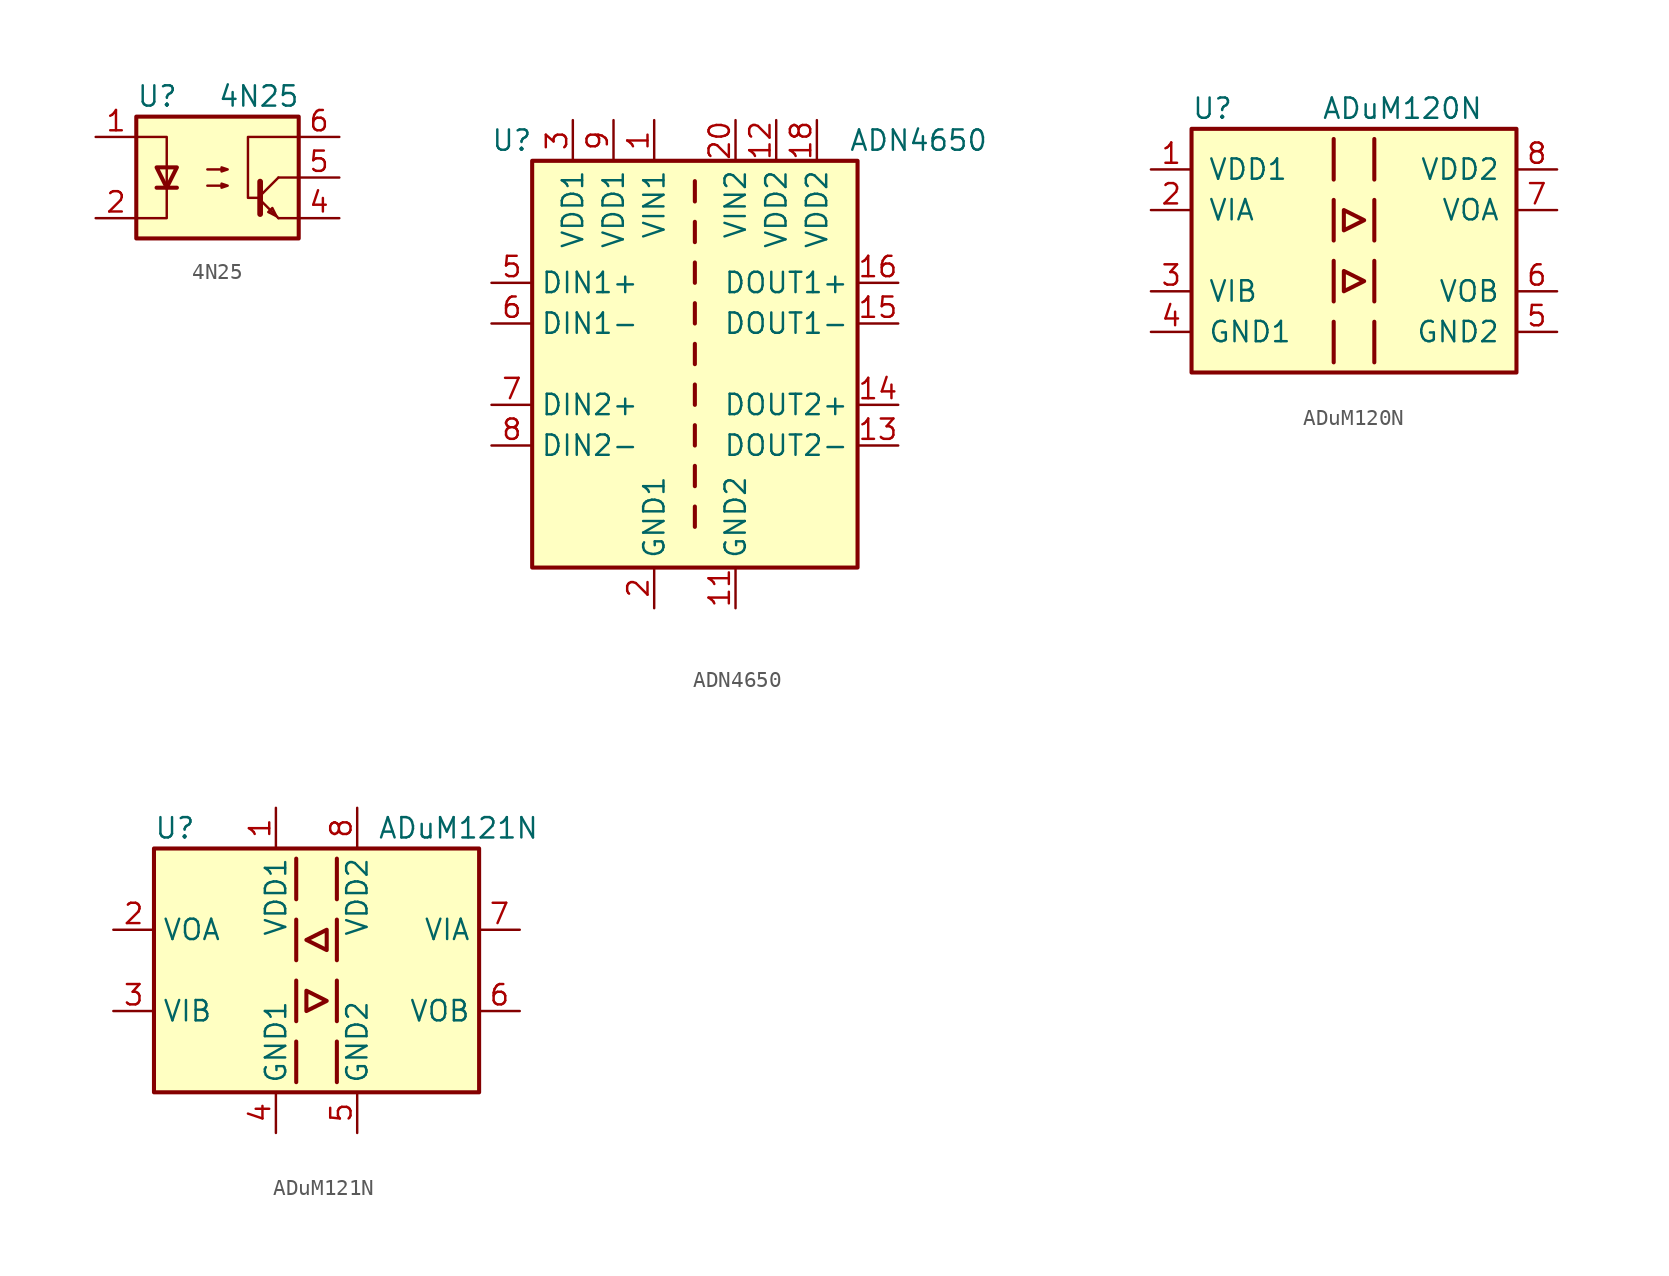
<source format=kicad_sym>
(kicad_symbol_lib
  (version 20220914)
  (generator kicad_symbol_editor)
  (symbol "4N25"
    (pin_names
      (offset 1.016))
    (property "Reference" "U"
      (at -5.08 5.08 0)
      (effects (font (size 1.27 1.27)) (justify left)))
    (property "Value" "4N25"
      (at 0 5.08 0)
      (effects (font (size 1.27 1.27)) (justify left)))
    (symbol "4N25_0_1"
      (rectangle (start -5.08 3.81) (end 5.08 -3.81) (stroke (width 0.254) (type default)) (fill (type background)))
      (polyline (pts (xy -3.81 -0.635) (xy -2.54 -0.635)) (stroke (width 0.254) (type default)) (fill (type none)))
      (polyline (pts (xy 2.667 -1.397) (xy 3.81 -2.54)) (stroke (width 0) (type default)) (fill (type none)))
      (polyline (pts (xy 2.667 -1.143) (xy 3.81 0)) (stroke (width 0) (type default)) (fill (type none)))
      (polyline (pts (xy 3.81 -2.54) (xy 5.08 -2.54)) (stroke (width 0) (type default)) (fill (type none)))
      (polyline (pts (xy 3.81 0) (xy 5.08 0)) (stroke (width 0) (type default)) (fill (type none)))
      (polyline (pts (xy 2.667 -0.254) (xy 2.667 -2.286) (xy 2.667 -2.286)) (stroke (width 0.356) (type default)) (fill (type none)))
      (polyline (pts (xy -5.08 -2.54) (xy -3.175 -2.54) (xy -3.175 2.54) (xy -5.08 2.54)) (stroke (width 0) (type default)) (fill (type none)))
      (polyline (pts (xy -3.175 -0.635) (xy -3.81 0.635) (xy -2.54 0.635) (xy -3.175 -0.635)) (stroke (width 0.254) (type default)) (fill (type none)))
      (polyline (pts (xy 3.683 -2.413) (xy 3.429 -1.905) (xy 3.175 -2.159) (xy 3.683 -2.413)) (stroke (width 0) (type default)) (fill (type none)))
      (polyline (pts (xy 5.08 2.54) (xy 1.905 2.54) (xy 1.905 -1.27) (xy 2.54 -1.27)) (stroke (width 0) (type default)) (fill (type none)))
      (polyline (pts (xy -0.635 -0.508) (xy 0.635 -0.508) (xy 0.254 -0.635) (xy 0.254 -0.381) (xy 0.635 -0.508)) (stroke (width 0) (type default)) (fill (type none)))
      (polyline (pts (xy -0.635 0.508) (xy 0.635 0.508) (xy 0.254 0.381) (xy 0.254 0.635) (xy 0.635 0.508)) (stroke (width 0) (type default)) (fill (type none))))
    (symbol "4N25_1_1"
      (pin passive line (at -7.62 2.54 0) (length 2.54) (name "~" (effects (font (size 1.27 1.27)))) (number "1" (effects (font (size 1.27 1.27)))))
      (pin passive line (at -7.62 -2.54 0) (length 2.54) (name "~" (effects (font (size 1.27 1.27)))) (number "2" (effects (font (size 1.27 1.27)))))
      (pin no_connect line (at -5.08 0 0) (length 2.54) hide (name "NC" (effects (font (size 1.27 1.27)))) (number "3" (effects (font (size 1.27 1.27)))))
      (pin passive line (at 7.62 -2.54 180) (length 2.54) (name "~" (effects (font (size 1.27 1.27)))) (number "4" (effects (font (size 1.27 1.27)))))
      (pin passive line (at 7.62 0 180) (length 2.54) (name "~" (effects (font (size 1.27 1.27)))) (number "5" (effects (font (size 1.27 1.27)))))
      (pin passive line (at 7.62 2.54 180) (length 2.54) (name "~" (effects (font (size 1.27 1.27)))) (number "6" (effects (font (size 1.27 1.27)))))))
  (symbol "ADN4650"
    (property "Reference" "U"
      (at -11.43 13.97 0)
      (effects (font (size 1.27 1.27))))
    (property "Value" "ADN4650"
      (at 13.97 13.97 0)
      (effects (font (size 1.27 1.27))))
    (symbol "ADN4650_0_0"
      (pin power_in line (at 5.08 15.24 270) (length 2.54) (name "VDD2" (effects (font (size 1.27 1.27)))) (number "12" (effects (font (size 1.27 1.27)))))
      (pin power_in line (at -5.08 15.24 270) (length 2.54) (name "VDD1" (effects (font (size 1.27 1.27)))) (number "9" (effects (font (size 1.27 1.27))))))
    (symbol "ADN4650_0_1"
      (rectangle (start -10.16 12.7) (end 10.16 -12.7) (stroke (width 0.254) (type default)) (fill (type background)))
      (polyline (pts (xy 0 -8.89) (xy 0 -10.16)) (stroke (width 0.254) (type default)) (fill (type none)))
      (polyline (pts (xy 0 -6.35) (xy 0 -7.62)) (stroke (width 0.254) (type default)) (fill (type none)))
      (polyline (pts (xy 0 -3.81) (xy 0 -5.08)) (stroke (width 0.254) (type default)) (fill (type none)))
      (polyline (pts (xy 0 -1.27) (xy 0 -2.54)) (stroke (width 0.254) (type default)) (fill (type none)))
      (polyline (pts (xy 0 1.27) (xy 0 0)) (stroke (width 0.254) (type default)) (fill (type none)))
      (polyline (pts (xy 0 3.81) (xy 0 2.54)) (stroke (width 0.254) (type default)) (fill (type none)))
      (polyline (pts (xy 0 6.35) (xy 0 5.08)) (stroke (width 0.254) (type default)) (fill (type none)))
      (polyline (pts (xy 0 8.89) (xy 0 7.62)) (stroke (width 0.254) (type default)) (fill (type none)))
      (polyline (pts (xy 0 11.43) (xy 0 10.16)) (stroke (width 0.254) (type default)) (fill (type none))))
    (symbol "ADN4650_1_1"
      (pin power_in line (at -2.54 15.24 270) (length 2.54) (name "VIN1" (effects (font (size 1.27 1.27)))) (number "1" (effects (font (size 1.27 1.27)))))
      (pin passive line (at -2.54 -15.24 90) (length 2.54) hide (name "GND1" (effects (font (size 1.27 1.27)))) (number "10" (effects (font (size 1.27 1.27)))))
      (pin power_in line (at 2.54 -15.24 90) (length 2.54) (name "GND2" (effects (font (size 1.27 1.27)))) (number "11" (effects (font (size 1.27 1.27)))))
      (pin output line (at 12.7 -5.08 180) (length 2.54) (name "DOUT2-" (effects (font (size 1.27 1.27)))) (number "13" (effects (font (size 1.27 1.27)))))
      (pin output line (at 12.7 -2.54 180) (length 2.54) (name "DOUT2+" (effects (font (size 1.27 1.27)))) (number "14" (effects (font (size 1.27 1.27)))))
      (pin output line (at 12.7 2.54 180) (length 2.54) (name "DOUT1-" (effects (font (size 1.27 1.27)))) (number "15" (effects (font (size 1.27 1.27)))))
      (pin output line (at 12.7 5.08 180) (length 2.54) (name "DOUT1+" (effects (font (size 1.27 1.27)))) (number "16" (effects (font (size 1.27 1.27)))))
      (pin passive line (at 2.54 -15.24 90) (length 2.54) hide (name "GND2" (effects (font (size 1.27 1.27)))) (number "17" (effects (font (size 1.27 1.27)))))
      (pin power_in line (at 7.62 15.24 270) (length 2.54) (name "VDD2" (effects (font (size 1.27 1.27)))) (number "18" (effects (font (size 1.27 1.27)))))
      (pin passive line (at 2.54 -15.24 90) (length 2.54) hide (name "GND2" (effects (font (size 1.27 1.27)))) (number "19" (effects (font (size 1.27 1.27)))))
      (pin power_in line (at -2.54 -15.24 90) (length 2.54) (name "GND1" (effects (font (size 1.27 1.27)))) (number "2" (effects (font (size 1.27 1.27)))))
      (pin power_in line (at 2.54 15.24 270) (length 2.54) (name "VIN2" (effects (font (size 1.27 1.27)))) (number "20" (effects (font (size 1.27 1.27)))))
      (pin power_in line (at -7.62 15.24 270) (length 2.54) (name "VDD1" (effects (font (size 1.27 1.27)))) (number "3" (effects (font (size 1.27 1.27)))))
      (pin passive line (at -2.54 -15.24 90) (length 2.54) hide (name "GND1" (effects (font (size 1.27 1.27)))) (number "4" (effects (font (size 1.27 1.27)))))
      (pin input line (at -12.7 5.08 0) (length 2.54) (name "DIN1+" (effects (font (size 1.27 1.27)))) (number "5" (effects (font (size 1.27 1.27)))))
      (pin input line (at -12.7 2.54 0) (length 2.54) (name "DIN1-" (effects (font (size 1.27 1.27)))) (number "6" (effects (font (size 1.27 1.27)))))
      (pin input line (at -12.7 -2.54 0) (length 2.54) (name "DIN2+" (effects (font (size 1.27 1.27)))) (number "7" (effects (font (size 1.27 1.27)))))
      (pin input line (at -12.7 -5.08 0) (length 2.54) (name "DIN2-" (effects (font (size 1.27 1.27)))) (number "8" (effects (font (size 1.27 1.27)))))))
  (symbol "ADuM120N"
    (pin_names
      (offset 1.016))
    (property "Reference" "U"
      (at -10.16 8.89 0)
      (effects (font (size 1.27 1.27)) (justify left)))
    (property "Value" "ADuM120N"
      (at -2.032 8.89 0)
      (effects (font (size 1.27 1.27)) (justify left)))
    (symbol "ADuM120N_0_1"
      (rectangle (start -10.16 7.62) (end 10.16 -7.62) (stroke (width 0.254) (type default)) (fill (type background)))
      (polyline (pts (xy -1.27 -4.445) (xy -1.27 -6.985)) (stroke (width 0.254) (type default)) (fill (type none)))
      (polyline (pts (xy -1.27 -0.635) (xy -1.27 -3.175)) (stroke (width 0.254) (type default)) (fill (type none)))
      (polyline (pts (xy -1.27 3.175) (xy -1.27 0.635)) (stroke (width 0.254) (type default)) (fill (type none)))
      (polyline (pts (xy -1.27 6.985) (xy -1.27 4.445)) (stroke (width 0.254) (type default)) (fill (type none)))
      (polyline (pts (xy 1.27 -4.445) (xy 1.27 -6.985)) (stroke (width 0.254) (type default)) (fill (type none)))
      (polyline (pts (xy 1.27 -0.635) (xy 1.27 -3.175)) (stroke (width 0.254) (type default)) (fill (type none)))
      (polyline (pts (xy 1.27 3.175) (xy 1.27 0.635)) (stroke (width 0.254) (type default)) (fill (type none)))
      (polyline (pts (xy 1.27 6.985) (xy 1.27 4.445)) (stroke (width 0.254) (type default)) (fill (type none)))
      (polyline (pts (xy -0.635 -1.27) (xy -0.635 -2.54) (xy 0.635 -1.905) (xy -0.635 -1.27)) (stroke (width 0.254) (type default)) (fill (type none)))
      (polyline (pts (xy -0.635 1.27) (xy 0.635 1.905) (xy -0.635 2.54) (xy -0.635 1.27)) (stroke (width 0.254) (type default)) (fill (type none))))
    (symbol "ADuM120N_1_1"
      (pin power_in line (at -12.7 5.08 0) (length 2.54) (name "VDD1" (effects (font (size 1.27 1.27)))) (number "1" (effects (font (size 1.27 1.27)))))
      (pin input line (at -12.7 2.54 0) (length 2.54) (name "VIA" (effects (font (size 1.27 1.27)))) (number "2" (effects (font (size 1.27 1.27)))))
      (pin input line (at -12.7 -2.54 0) (length 2.54) (name "VIB" (effects (font (size 1.27 1.27)))) (number "3" (effects (font (size 1.27 1.27)))))
      (pin power_in line (at -12.7 -5.08 0) (length 2.54) (name "GND1" (effects (font (size 1.27 1.27)))) (number "4" (effects (font (size 1.27 1.27)))))
      (pin power_in line (at 12.7 -5.08 180) (length 2.54) (name "GND2" (effects (font (size 1.27 1.27)))) (number "5" (effects (font (size 1.27 1.27)))))
      (pin output line (at 12.7 -2.54 180) (length 2.54) (name "VOB" (effects (font (size 1.27 1.27)))) (number "6" (effects (font (size 1.27 1.27)))))
      (pin output line (at 12.7 2.54 180) (length 2.54) (name "VOA" (effects (font (size 1.27 1.27)))) (number "7" (effects (font (size 1.27 1.27)))))
      (pin power_in line (at 12.7 5.08 180) (length 2.54) (name "VDD2" (effects (font (size 1.27 1.27)))) (number "8" (effects (font (size 1.27 1.27)))))))
  (symbol "ADuM121N"
    (property "Reference" "U"
      (at -10.16 8.89 0)
      (effects (font (size 1.27 1.27)) (justify left)))
    (property "Value" "ADuM121N"
      (at 3.81 8.89 0)
      (effects (font (size 1.27 1.27)) (justify left)))
    (symbol "ADuM121N_0_1"
      (rectangle (start -10.16 7.62) (end 10.16 -7.62) (stroke (width 0.254) (type default)) (fill (type background)))
      (polyline (pts (xy -1.27 -4.445) (xy -1.27 -6.985)) (stroke (width 0.254) (type default)) (fill (type none)))
      (polyline (pts (xy -1.27 -0.635) (xy -1.27 -3.175)) (stroke (width 0.254) (type default)) (fill (type none)))
      (polyline (pts (xy -1.27 3.175) (xy -1.27 0.635)) (stroke (width 0.254) (type default)) (fill (type none)))
      (polyline (pts (xy -1.27 6.985) (xy -1.27 4.445)) (stroke (width 0.254) (type default)) (fill (type none)))
      (polyline (pts (xy 1.27 -4.445) (xy 1.27 -6.985)) (stroke (width 0.254) (type default)) (fill (type none)))
      (polyline (pts (xy 1.27 -0.635) (xy 1.27 -3.175)) (stroke (width 0.254) (type default)) (fill (type none)))
      (polyline (pts (xy 1.27 3.175) (xy 1.27 0.635)) (stroke (width 0.254) (type default)) (fill (type none)))
      (polyline (pts (xy 1.27 6.985) (xy 1.27 4.445)) (stroke (width 0.254) (type default)) (fill (type none)))
      (polyline (pts (xy -0.635 -1.27) (xy -0.635 -2.54) (xy 0.635 -1.905) (xy -0.635 -1.27)) (stroke (width 0.254) (type default)) (fill (type none)))
      (polyline (pts (xy 0.635 1.27) (xy -0.635 1.905) (xy 0.635 2.54) (xy 0.635 1.27)) (stroke (width 0.254) (type default)) (fill (type none))))
    (symbol "ADuM121N_1_1"
      (pin power_in line (at -2.54 10.16 270) (length 2.54) (name "VDD1" (effects (font (size 1.27 1.27)))) (number "1" (effects (font (size 1.27 1.27)))))
      (pin output line (at -12.7 2.54 0) (length 2.54) (name "VOA" (effects (font (size 1.27 1.27)))) (number "2" (effects (font (size 1.27 1.27)))))
      (pin input line (at -12.7 -2.54 0) (length 2.54) (name "VIB" (effects (font (size 1.27 1.27)))) (number "3" (effects (font (size 1.27 1.27)))))
      (pin power_in line (at -2.54 -10.16 90) (length 2.54) (name "GND1" (effects (font (size 1.27 1.27)))) (number "4" (effects (font (size 1.27 1.27)))))
      (pin power_in line (at 2.54 -10.16 90) (length 2.54) (name "GND2" (effects (font (size 1.27 1.27)))) (number "5" (effects (font (size 1.27 1.27)))))
      (pin output line (at 12.7 -2.54 180) (length 2.54) (name "VOB" (effects (font (size 1.27 1.27)))) (number "6" (effects (font (size 1.27 1.27)))))
      (pin input line (at 12.7 2.54 180) (length 2.54) (name "VIA" (effects (font (size 1.27 1.27)))) (number "7" (effects (font (size 1.27 1.27)))))
      (pin power_in line (at 2.54 10.16 270) (length 2.54) (name "VDD2" (effects (font (size 1.27 1.27)))) (number "8" (effects (font (size 1.27 1.27))))))))
</source>
